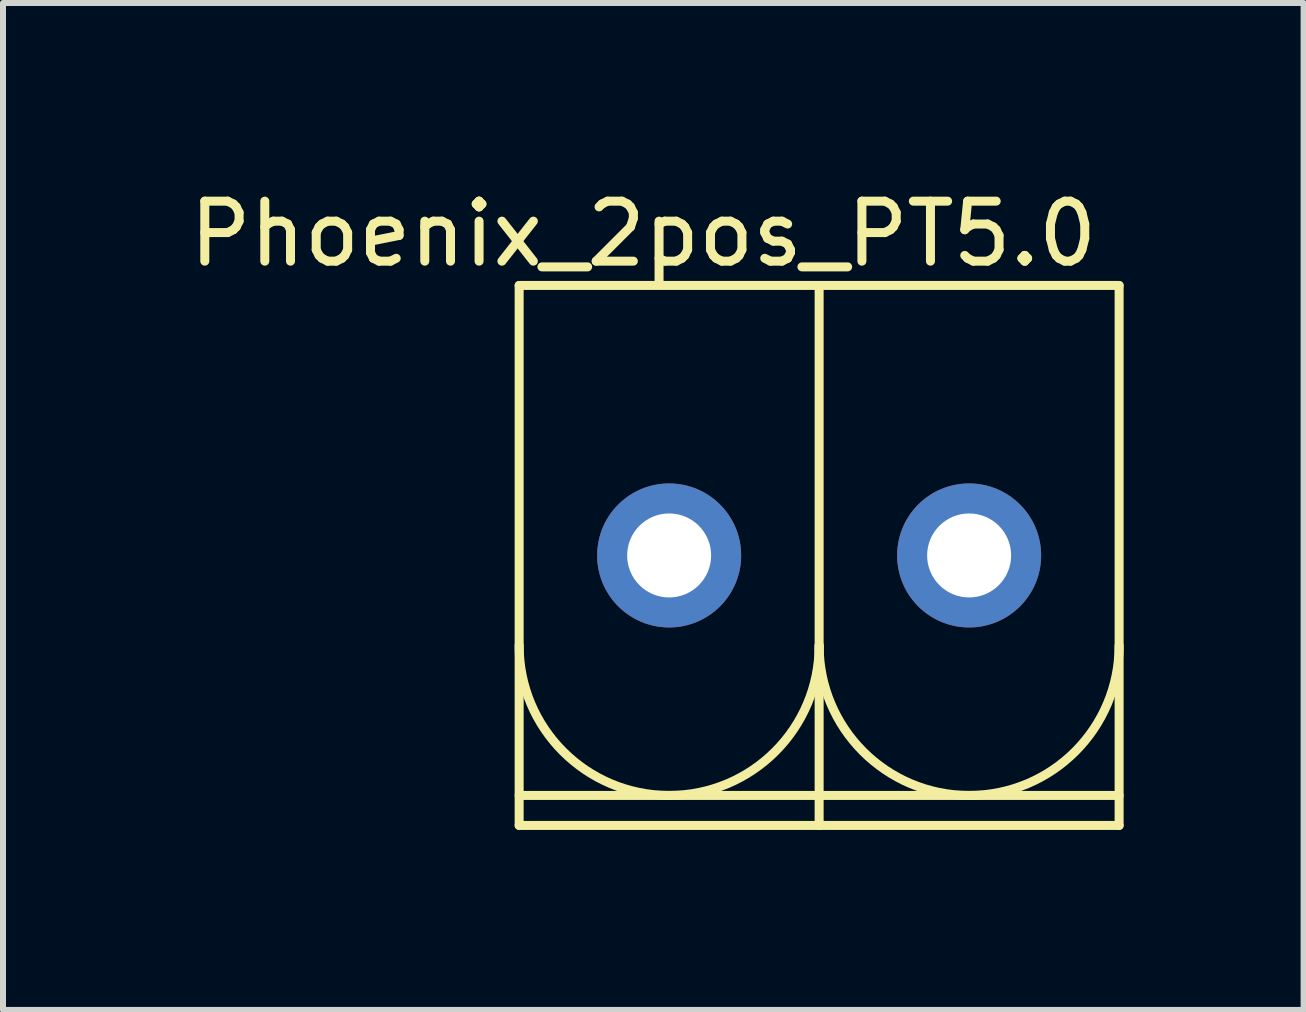
<source format=kicad_pcb>
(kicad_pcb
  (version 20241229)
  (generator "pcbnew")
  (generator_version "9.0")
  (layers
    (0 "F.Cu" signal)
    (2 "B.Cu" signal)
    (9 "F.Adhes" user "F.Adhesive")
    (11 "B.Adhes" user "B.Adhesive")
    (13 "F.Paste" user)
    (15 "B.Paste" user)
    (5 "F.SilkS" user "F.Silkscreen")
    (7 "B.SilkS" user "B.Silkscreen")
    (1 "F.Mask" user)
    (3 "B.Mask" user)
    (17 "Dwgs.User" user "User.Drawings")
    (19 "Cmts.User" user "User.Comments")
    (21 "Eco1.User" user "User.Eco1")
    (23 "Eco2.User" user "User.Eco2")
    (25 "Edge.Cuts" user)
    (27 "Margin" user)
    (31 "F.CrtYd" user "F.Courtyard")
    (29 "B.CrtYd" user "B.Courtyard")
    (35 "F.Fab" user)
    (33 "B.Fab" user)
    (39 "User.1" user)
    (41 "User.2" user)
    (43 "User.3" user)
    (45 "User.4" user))
  (footprint "Phoenix_2pos_PT5.0"
    (layer "F.Cu")
    (at 10.603 6.208)
    (property "Reference" "Phoenix_2pos_PT5.0" (at -2.93 -5.36 0) (layer "F.SilkS") (effects (font (size 1 1) (thickness 0.15))))
    (attr through_hole)
    (fp_line (start -5 -4.5) (end -5 4.5) (stroke (width 0.15) (type solid)) (layer "F.SilkS"))
    (fp_line (start -5 -4.5) (end 5 -4.5) (stroke (width 0.15) (type solid)) (layer "F.SilkS"))
    (fp_line (start -5 4) (end 5 4) (stroke (width 0.15) (type solid)) (layer "F.SilkS"))
    (fp_line (start 0 -4.5) (end 0 4.5) (stroke (width 0.15) (type solid)) (layer "F.SilkS"))
    (fp_line (start 5 -4.5) (end 5 4.5) (stroke (width 0.15) (type solid)) (layer "F.SilkS"))
    (fp_line (start 5 4.5) (end -5 4.5) (stroke (width 0.15) (type solid)) (layer "F.SilkS"))
    (fp_arc (start 0 1.5) (mid -2.5 4) (end -5 1.5) (stroke (width 0.15) (type solid)) (layer "F.SilkS"))
    (fp_arc (start 5 1.5) (mid 2.5 4) (end 0 1.5) (stroke (width 0.15) (type solid)) (layer "F.SilkS"))
    (pad "1" thru_hole circle (at -2.5 0) (size 2.4 2.4) (drill 1.4) (layers "*.Cu" "*.Mask"))
    (pad "2" thru_hole circle (at 2.5 0) (size 2.4 2.4) (drill 1.4) (layers "*.Cu" "*.Mask")))
  (gr_rect
    (start -3 -3)
    (end 18.678 13.783)
    (stroke (width 0.1) (type default))
    (fill no)
    (layer "Edge.Cuts")))
</source>
